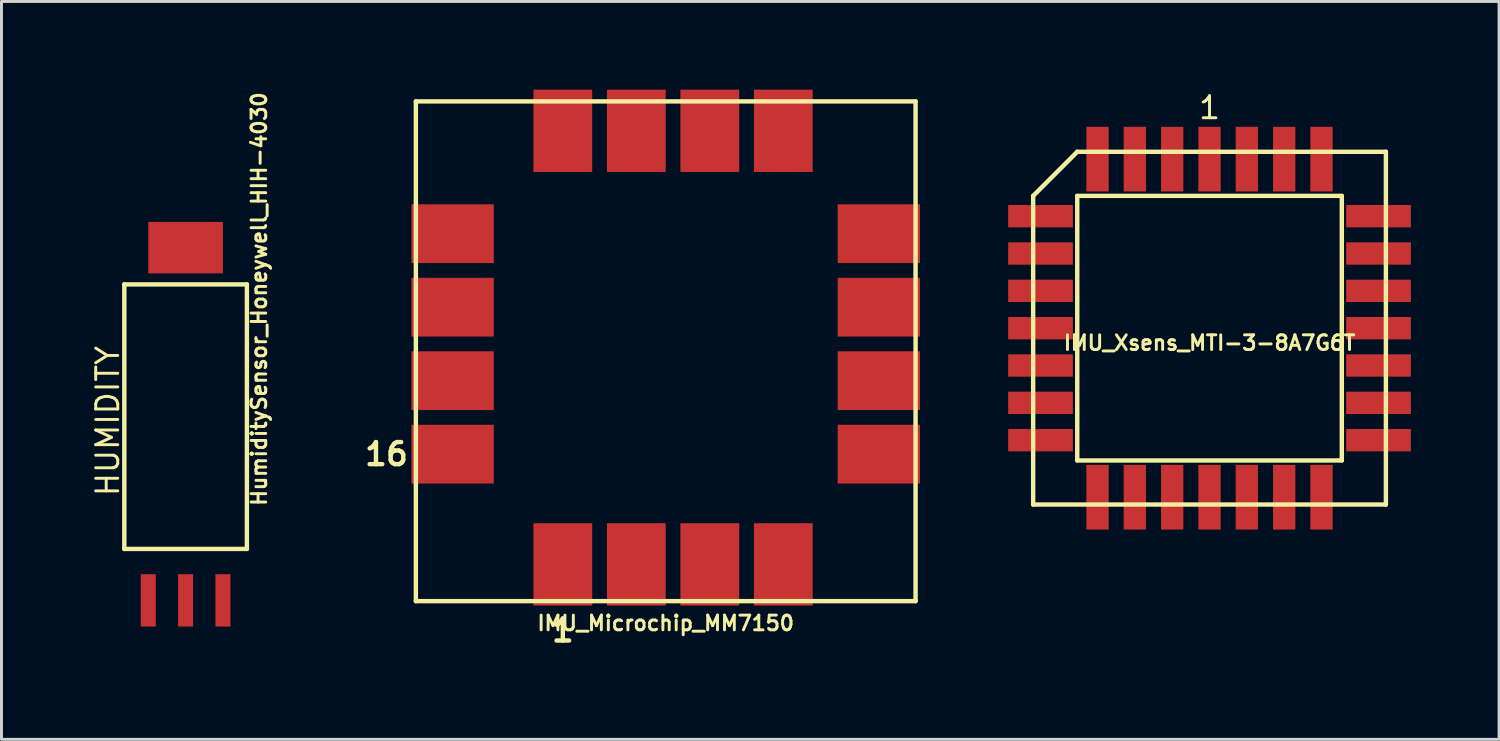
<source format=kicad_pcb>
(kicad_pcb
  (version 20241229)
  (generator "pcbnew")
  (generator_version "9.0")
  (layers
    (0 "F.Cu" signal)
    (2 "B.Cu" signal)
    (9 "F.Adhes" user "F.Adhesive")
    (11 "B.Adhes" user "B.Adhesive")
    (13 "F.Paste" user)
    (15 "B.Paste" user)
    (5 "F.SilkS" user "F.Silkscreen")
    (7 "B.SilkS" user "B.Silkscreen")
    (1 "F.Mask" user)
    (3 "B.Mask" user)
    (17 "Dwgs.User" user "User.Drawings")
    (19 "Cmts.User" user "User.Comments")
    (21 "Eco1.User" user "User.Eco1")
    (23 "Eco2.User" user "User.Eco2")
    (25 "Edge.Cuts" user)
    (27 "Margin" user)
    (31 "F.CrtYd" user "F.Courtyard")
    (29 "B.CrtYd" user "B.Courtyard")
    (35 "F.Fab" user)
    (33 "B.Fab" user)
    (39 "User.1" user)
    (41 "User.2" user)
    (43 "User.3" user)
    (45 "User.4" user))
  (footprint "IMU_Microchip_MM7150"
    (layer "F.Cu")
    (at 19.597 8.9)
    (property "Reference" "IMU_Microchip_MM7150" (at 0 9.25 0) (layer "F.SilkS") (effects (font (size 0.5 0.5) (thickness 0.1))))
    (attr through_hole)
    (fp_line (start -8.5 -8.5) (end 8.5 -8.5) (stroke (width 0.15) (type solid)) (layer "F.SilkS"))
    (fp_line (start -8.5 8.5) (end -8.5 -8.5) (stroke (width 0.15) (type solid)) (layer "F.SilkS"))
    (fp_line (start 8.5 -8.5) (end 8.5 8.5) (stroke (width 0.15) (type solid)) (layer "F.SilkS"))
    (fp_line (start 8.5 8.5) (end -8.5 8.5) (stroke (width 0.15) (type solid)) (layer "F.SilkS"))
    (fp_text user "16" (at -9.5 3.5 0) (layer "F.SilkS") (effects (font (size 0.75 0.75) (thickness 0.15))))
    (fp_text user "1" (at -3.5 9.5 0) (layer "F.SilkS") (effects (font (size 0.75 0.75) (thickness 0.15))))
    (pad "1" smd rect (at -3.5 7.25) (size 2 2.8) (layers "F.Cu" "F.Mask" "F.Paste"))
    (pad "2" smd rect (at -1 7.25) (size 2 2.8) (layers "F.Cu" "F.Mask" "F.Paste"))
    (pad "3" smd rect (at 1.5 7.25) (size 2 2.8) (layers "F.Cu" "F.Mask" "F.Paste"))
    (pad "4" smd rect (at 4 7.25) (size 2 2.8) (layers "F.Cu" "F.Mask" "F.Paste"))
    (pad "5" smd rect (at 7.25 3.5 90) (size 2 2.8) (layers "F.Cu" "F.Mask" "F.Paste"))
    (pad "6" smd rect (at 7.25 1 90) (size 2 2.8) (layers "F.Cu" "F.Mask" "F.Paste"))
    (pad "7" smd rect (at 7.25 -1.5 90) (size 2 2.8) (layers "F.Cu" "F.Mask" "F.Paste"))
    (pad "8" smd rect (at 7.25 -4 90) (size 2 2.8) (layers "F.Cu" "F.Mask" "F.Paste"))
    (pad "9" smd rect (at 4 -7.5) (size 2 2.8) (layers "F.Cu" "F.Mask" "F.Paste"))
    (pad "10" smd rect (at 1.5 -7.5) (size 2 2.8) (layers "F.Cu" "F.Mask" "F.Paste"))
    (pad "11" smd rect (at -1 -7.5) (size 2 2.8) (layers "F.Cu" "F.Mask" "F.Paste"))
    (pad "12" smd rect (at -3.5 -7.5) (size 2 2.8) (layers "F.Cu" "F.Mask" "F.Paste"))
    (pad "13" smd rect (at -7.25 -4 90) (size 2 2.8) (layers "F.Cu" "F.Mask" "F.Paste"))
    (pad "14" smd rect (at -7.25 -1.5 90) (size 2 2.8) (layers "F.Cu" "F.Mask" "F.Paste"))
    (pad "15" smd rect (at -7.25 1 90) (size 2 2.8) (layers "F.Cu" "F.Mask" "F.Paste"))
    (pad "16" smd rect (at -7.25 3.5 90) (size 2 2.8) (layers "F.Cu" "F.Mask" "F.Paste")))
  (footprint "HumiditySensor_Honeywell_HIH-4030"
    (layer "F.Cu")
    (at 3.264 17.374)
    (property "Reference" "HumiditySensor_Honeywell_HIH-4030" (at 2.5 -10.25 90) (layer "F.SilkS") (effects (font (size 0.5 0.5) (thickness 0.1))))
    (attr through_hole)
    (fp_line (start -2.085 -10.75) (end 2.085 -10.75) (stroke (width 0.15) (type solid)) (layer "F.SilkS"))
    (fp_line (start -2.085 -1.75) (end -2.085 -10.75) (stroke (width 0.15) (type solid)) (layer "F.SilkS"))
    (fp_line (start -2.085 -1.75) (end 2.085 -1.75) (stroke (width 0.15) (type solid)) (layer "F.SilkS"))
    (fp_line (start 2.085 -1.75) (end 2.085 -10.75) (stroke (width 0.15) (type solid)) (layer "F.SilkS"))
    (fp_text user "HUMIDITY" (at -2.65 -6.1 90) (layer "F.SilkS") (effects (font (size 0.75 0.75) (thickness 0.1))))
    (pad "1" smd rect (at 1.27 0) (size 0.51 1.78) (layers "F.Cu" "F.Mask" "F.Paste"))
    (pad "2" smd rect (at 0 0) (size 0.51 1.78) (layers "F.Cu" "F.Mask" "F.Paste"))
    (pad "3" smd rect (at -1.27 0) (size 0.51 1.78) (layers "F.Cu" "F.Mask" "F.Paste"))
    (pad "4" smd rect (at 0 -12) (size 2.54 1.75) (layers "F.Cu" "F.Mask" "F.Paste")))
  (footprint "IMU_Xsens_MTI-3-8A7G6T"
    (layer "F.Cu")
    (at 38.097 8.114)
    (property "Reference" "IMU_Xsens_MTI-3-8A7G6T" (at 0 0.5 0) (layer "F.SilkS") (effects (font (size 0.5 0.5) (thickness 0.1))))
    (attr through_hole)
    (fp_line (start -6 6) (end -6 -4.5) (stroke (width 0.15) (type solid)) (layer "F.SilkS"))
    (fp_line (start -4.5 -6) (end -6 -4.5) (stroke (width 0.15) (type solid)) (layer "F.SilkS"))
    (fp_line (start -4.5 -6) (end 6 -6) (stroke (width 0.15) (type solid)) (layer "F.SilkS"))
    (fp_line (start -4.5 -4.5) (end 4.5 -4.5) (stroke (width 0.15) (type solid)) (layer "F.SilkS"))
    (fp_line (start -4.5 4.5) (end -4.5 -4.5) (stroke (width 0.15) (type solid)) (layer "F.SilkS"))
    (fp_line (start 4.5 -4.5) (end 4.5 4.5) (stroke (width 0.15) (type solid)) (layer "F.SilkS"))
    (fp_line (start 4.5 4.5) (end -4.5 4.5) (stroke (width 0.15) (type solid)) (layer "F.SilkS"))
    (fp_line (start 6 -6) (end 6 6) (stroke (width 0.15) (type solid)) (layer "F.SilkS"))
    (fp_line (start 6 6) (end -6 6) (stroke (width 0.15) (type solid)) (layer "F.SilkS"))
    (fp_text user "1" (at 0 -7.5 0) (layer "F.SilkS") (effects (font (size 0.75 0.75) (thickness 0.1))))
    (pad "1" smd rect (at 0 -5.75) (size 0.76 2.2) (layers "F.Cu" "F.Mask" "F.Paste"))
    (pad "2" smd rect (at -1.27 -5.75) (size 0.76 2.2) (layers "F.Cu" "F.Mask" "F.Paste"))
    (pad "3" smd rect (at -2.54 -5.75) (size 0.76 2.2) (layers "F.Cu" "F.Mask" "F.Paste"))
    (pad "4" smd rect (at -3.81 -5.75) (size 0.76 2.2) (layers "F.Cu" "F.Mask" "F.Paste"))
    (pad "5" smd rect (at -5.75 -3.81) (size 2.2 0.76) (layers "F.Cu" "F.Mask" "F.Paste"))
    (pad "6" smd rect (at -5.75 -2.54) (size 2.2 0.76) (layers "F.Cu" "F.Mask" "F.Paste"))
    (pad "7" smd rect (at -5.75 -1.27) (size 2.2 0.76) (layers "F.Cu" "F.Mask" "F.Paste"))
    (pad "8" smd rect (at -5.75 0) (size 2.2 0.76) (layers "F.Cu" "F.Mask" "F.Paste"))
    (pad "9" smd rect (at -5.75 1.27) (size 2.2 0.76) (layers "F.Cu" "F.Mask" "F.Paste"))
    (pad "10" smd rect (at -5.75 2.54) (size 2.2 0.76) (layers "F.Cu" "F.Mask" "F.Paste"))
    (pad "11" smd rect (at -5.75 3.81) (size 2.2 0.76) (layers "F.Cu" "F.Mask" "F.Paste"))
    (pad "12" smd rect (at -3.81 5.75) (size 0.76 2.2) (layers "F.Cu" "F.Mask" "F.Paste"))
    (pad "13" smd rect (at -2.54 5.75) (size 0.76 2.2) (layers "F.Cu" "F.Mask" "F.Paste"))
    (pad "14" smd rect (at -1.27 5.75) (size 0.76 2.2) (layers "F.Cu" "F.Mask" "F.Paste"))
    (pad "15" smd rect (at 0 5.75) (size 0.76 2.2) (layers "F.Cu" "F.Mask" "F.Paste"))
    (pad "16" smd rect (at 1.27 5.75) (size 0.76 2.2) (layers "F.Cu" "F.Mask" "F.Paste"))
    (pad "17" smd rect (at 2.54 5.75) (size 0.76 2.2) (layers "F.Cu" "F.Mask" "F.Paste"))
    (pad "18" smd rect (at 3.81 5.75) (size 0.76 2.2) (layers "F.Cu" "F.Mask" "F.Paste"))
    (pad "19" smd rect (at 5.75 3.81) (size 2.2 0.76) (layers "F.Cu" "F.Mask" "F.Paste"))
    (pad "20" smd rect (at 5.75 2.54) (size 2.2 0.76) (layers "F.Cu" "F.Mask" "F.Paste"))
    (pad "21" smd rect (at 5.75 1.27) (size 2.2 0.76) (layers "F.Cu" "F.Mask" "F.Paste"))
    (pad "22" smd rect (at 5.75 0) (size 2.2 0.76) (layers "F.Cu" "F.Mask" "F.Paste"))
    (pad "23" smd rect (at 5.75 -1.27) (size 2.2 0.76) (layers "F.Cu" "F.Mask" "F.Paste"))
    (pad "24" smd rect (at 5.75 -2.54) (size 2.2 0.76) (layers "F.Cu" "F.Mask" "F.Paste"))
    (pad "25" smd rect (at 5.75 -3.81) (size 2.2 0.76) (layers "F.Cu" "F.Mask" "F.Paste"))
    (pad "26" smd rect (at 3.81 -5.75) (size 0.76 2.2) (layers "F.Cu" "F.Mask" "F.Paste"))
    (pad "27" smd rect (at 2.54 -5.75) (size 0.76 2.2) (layers "F.Cu" "F.Mask" "F.Paste"))
    (pad "28" smd rect (at 1.27 -5.75) (size 0.76 2.2) (layers "F.Cu" "F.Mask" "F.Paste")))
  (gr_rect
    (start -3 -3)
    (end 47.947 22.102)
    (stroke (width 0.1) (type default))
    (fill no)
    (layer "Edge.Cuts")))
</source>
